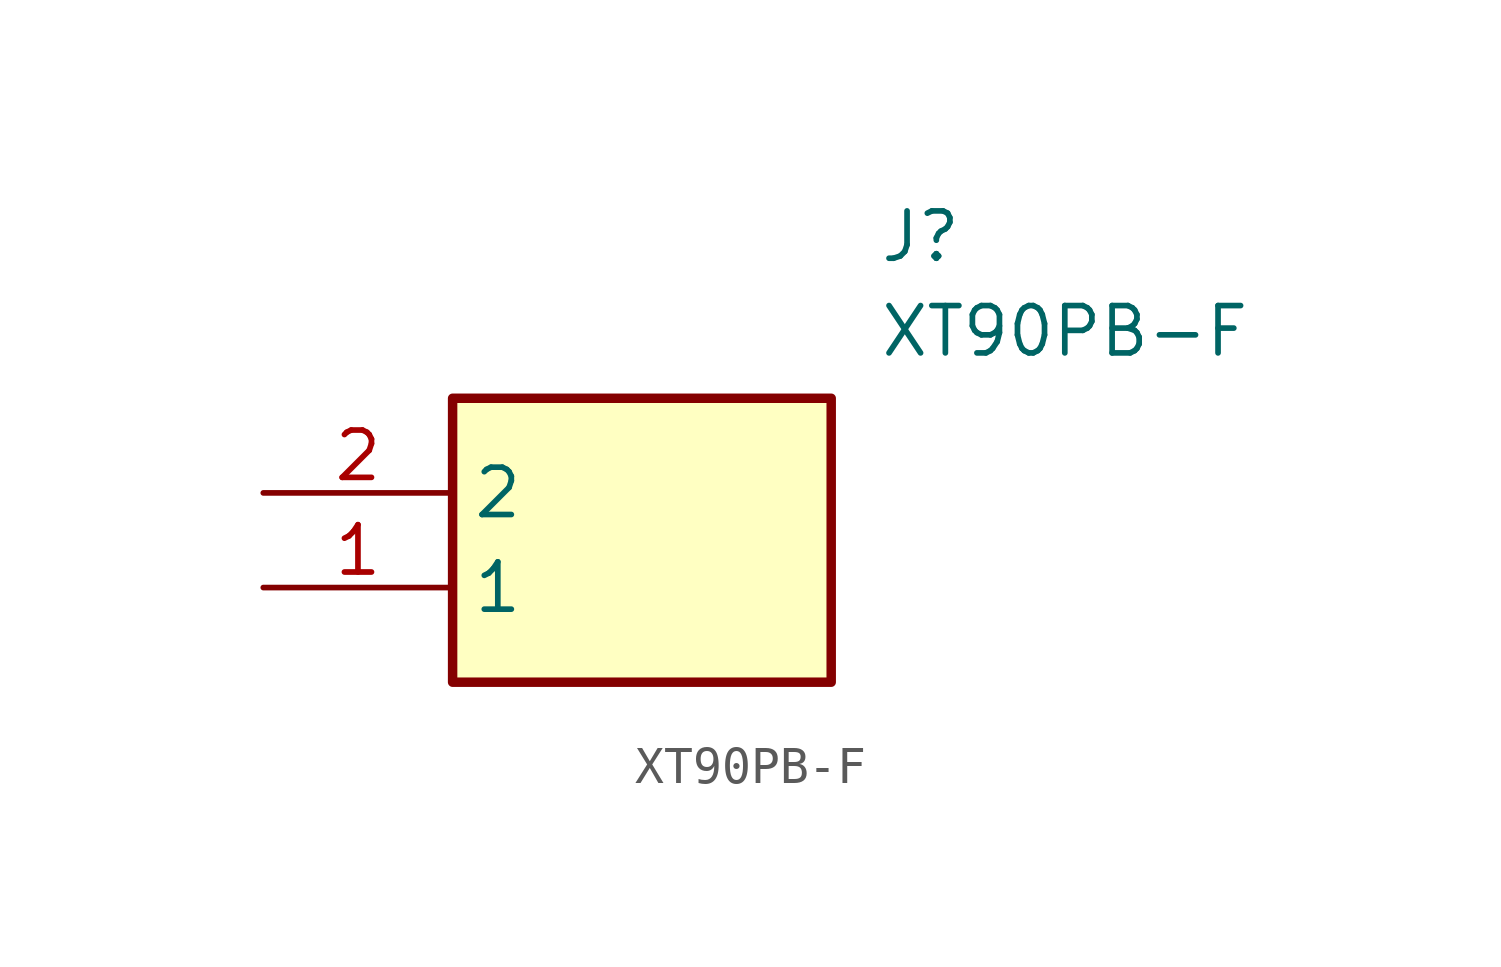
<source format=kicad_sym>
(kicad_symbol_lib
  (version 20211014)
  (generator SamacSys_ECAD_Model)
  (symbol "XT90PB-F"
    (property "Reference" "J"
      (at 16.51 7.62 0)
      (effects (font (size 1.27 1.27)) (justify left top)))
    (property "Value" "XT90PB-F"
      (at 16.51 5.08 0)
      (effects (font (size 1.27 1.27)) (justify left top)))
    (rectangle
      (start 5.08 2.54)
      (end 15.24 -5.08)
      (stroke (width 0.254) (type default))
      (fill (type background)))
    (pin passive line
      (at 0 -2.54 0)
      (length 5.08)
      (name "1" (effects (font (size 1.27 1.27))))
      (number "1" (effects (font (size 1.27 1.27)))))
    (pin passive line
      (at 0 0 0)
      (length 5.08)
      (name "2" (effects (font (size 1.27 1.27))))
      (number "2" (effects (font (size 1.27 1.27)))))))
</source>
